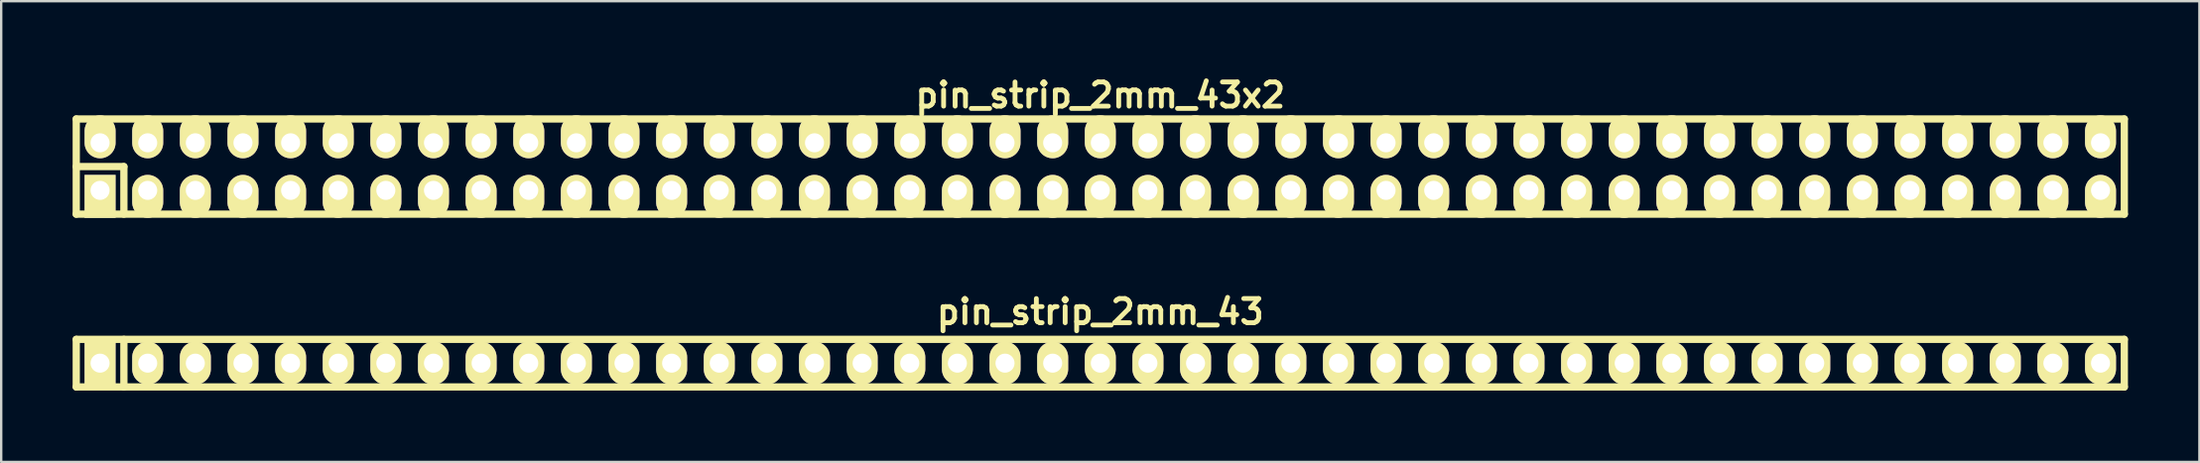
<source format=kicad_pcb>
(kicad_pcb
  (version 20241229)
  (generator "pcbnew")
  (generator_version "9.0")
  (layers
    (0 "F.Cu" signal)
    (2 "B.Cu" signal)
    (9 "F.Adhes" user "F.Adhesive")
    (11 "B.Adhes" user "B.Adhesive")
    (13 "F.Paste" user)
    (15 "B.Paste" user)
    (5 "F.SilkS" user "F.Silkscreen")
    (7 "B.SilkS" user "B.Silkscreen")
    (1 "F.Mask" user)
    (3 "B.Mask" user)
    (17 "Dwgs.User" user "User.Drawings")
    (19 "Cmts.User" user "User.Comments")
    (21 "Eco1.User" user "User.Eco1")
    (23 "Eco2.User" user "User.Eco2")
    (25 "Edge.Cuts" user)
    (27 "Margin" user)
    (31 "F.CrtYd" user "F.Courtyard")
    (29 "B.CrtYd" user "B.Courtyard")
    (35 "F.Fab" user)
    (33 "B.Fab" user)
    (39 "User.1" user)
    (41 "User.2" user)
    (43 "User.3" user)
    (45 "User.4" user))
  (footprint "pin_strip_2mm_43"
    (layer "F.Cu")
    (at 43.152 12.213)
    (property "Reference" "pin_strip_2mm_43" (at 0 -2.159 0) (layer "F.SilkS") (effects (font (size 1.016 1.016) (thickness 0.203))))
    (attr through_hole)
    (fp_line (start -43 -1) (end 43 -1) (stroke (width 0.305) (type solid)) (layer "F.SilkS"))
    (fp_line (start -43 1) (end -43 -1) (stroke (width 0.305) (type solid)) (layer "F.SilkS"))
    (fp_line (start -41 -1) (end -41 1) (stroke (width 0.305) (type solid)) (layer "F.SilkS"))
    (fp_line (start 43 -1) (end 43 1) (stroke (width 0.305) (type solid)) (layer "F.SilkS"))
    (fp_line (start 43 1) (end -43 1) (stroke (width 0.305) (type solid)) (layer "F.SilkS"))
    (pad "1" thru_hole rect (at -42 0) (size 1.3 1.8) (drill 0.8) (layers "*.Cu" "*.Mask" "F.SilkS"))
    (pad "2" thru_hole oval (at -40 0) (size 1.3 1.8) (drill 0.8) (layers "*.Cu" "*.Mask" "F.SilkS"))
    (pad "3" thru_hole oval (at -38 0) (size 1.3 1.8) (drill 0.8) (layers "*.Cu" "*.Mask" "F.SilkS"))
    (pad "4" thru_hole oval (at -36 0) (size 1.3 1.8) (drill 0.8) (layers "*.Cu" "*.Mask" "F.SilkS"))
    (pad "5" thru_hole oval (at -34 0) (size 1.3 1.8) (drill 0.8) (layers "*.Cu" "*.Mask" "F.SilkS"))
    (pad "6" thru_hole oval (at -32 0) (size 1.3 1.8) (drill 0.8) (layers "*.Cu" "*.Mask" "F.SilkS"))
    (pad "7" thru_hole oval (at -30 0) (size 1.3 1.8) (drill 0.8) (layers "*.Cu" "*.Mask" "F.SilkS"))
    (pad "8" thru_hole oval (at -28 0) (size 1.3 1.8) (drill 0.8) (layers "*.Cu" "*.Mask" "F.SilkS"))
    (pad "9" thru_hole oval (at -26 0) (size 1.3 1.8) (drill 0.8) (layers "*.Cu" "*.Mask" "F.SilkS"))
    (pad "10" thru_hole oval (at -24 0) (size 1.3 1.8) (drill 0.8) (layers "*.Cu" "*.Mask" "F.SilkS"))
    (pad "11" thru_hole oval (at -22 0) (size 1.3 1.8) (drill 0.8) (layers "*.Cu" "*.Mask" "F.SilkS"))
    (pad "12" thru_hole oval (at -20 0) (size 1.3 1.8) (drill 0.8) (layers "*.Cu" "*.Mask" "F.SilkS"))
    (pad "13" thru_hole oval (at -18 0) (size 1.3 1.8) (drill 0.8) (layers "*.Cu" "*.Mask" "F.SilkS"))
    (pad "14" thru_hole oval (at -16 0) (size 1.3 1.8) (drill 0.8) (layers "*.Cu" "*.Mask" "F.SilkS"))
    (pad "15" thru_hole oval (at -14 0) (size 1.3 1.8) (drill 0.8) (layers "*.Cu" "*.Mask" "F.SilkS"))
    (pad "16" thru_hole oval (at -12 0) (size 1.3 1.8) (drill 0.8) (layers "*.Cu" "*.Mask" "F.SilkS"))
    (pad "17" thru_hole oval (at -10 0) (size 1.3 1.8) (drill 0.8) (layers "*.Cu" "*.Mask" "F.SilkS"))
    (pad "18" thru_hole oval (at -8 0) (size 1.3 1.8) (drill 0.8) (layers "*.Cu" "*.Mask" "F.SilkS"))
    (pad "19" thru_hole oval (at -6 0) (size 1.3 1.8) (drill 0.8) (layers "*.Cu" "*.Mask" "F.SilkS"))
    (pad "20" thru_hole oval (at -4 0) (size 1.3 1.8) (drill 0.8) (layers "*.Cu" "*.Mask" "F.SilkS"))
    (pad "21" thru_hole oval (at -2 0) (size 1.3 1.8) (drill 0.8) (layers "*.Cu" "*.Mask" "F.SilkS"))
    (pad "22" thru_hole oval (at 0 0) (size 1.3 1.8) (drill 0.8) (layers "*.Cu" "*.Mask" "F.SilkS"))
    (pad "23" thru_hole oval (at 2 0) (size 1.3 1.8) (drill 0.8) (layers "*.Cu" "*.Mask" "F.SilkS"))
    (pad "24" thru_hole oval (at 4 0) (size 1.3 1.8) (drill 0.8) (layers "*.Cu" "*.Mask" "F.SilkS"))
    (pad "25" thru_hole oval (at 6 0) (size 1.3 1.8) (drill 0.8) (layers "*.Cu" "*.Mask" "F.SilkS"))
    (pad "26" thru_hole oval (at 8 0) (size 1.3 1.8) (drill 0.8) (layers "*.Cu" "*.Mask" "F.SilkS"))
    (pad "27" thru_hole oval (at 10 0) (size 1.3 1.8) (drill 0.8) (layers "*.Cu" "*.Mask" "F.SilkS"))
    (pad "28" thru_hole oval (at 12 0) (size 1.3 1.8) (drill 0.8) (layers "*.Cu" "*.Mask" "F.SilkS"))
    (pad "29" thru_hole oval (at 14 0) (size 1.3 1.8) (drill 0.8) (layers "*.Cu" "*.Mask" "F.SilkS"))
    (pad "30" thru_hole oval (at 16 0) (size 1.3 1.8) (drill 0.8) (layers "*.Cu" "*.Mask" "F.SilkS"))
    (pad "31" thru_hole oval (at 18 0) (size 1.3 1.8) (drill 0.8) (layers "*.Cu" "*.Mask" "F.SilkS"))
    (pad "32" thru_hole oval (at 20 0) (size 1.3 1.8) (drill 0.8) (layers "*.Cu" "*.Mask" "F.SilkS"))
    (pad "33" thru_hole oval (at 22 0) (size 1.3 1.8) (drill 0.8) (layers "*.Cu" "*.Mask" "F.SilkS"))
    (pad "34" thru_hole oval (at 24 0) (size 1.3 1.8) (drill 0.8) (layers "*.Cu" "*.Mask" "F.SilkS"))
    (pad "35" thru_hole oval (at 26 0) (size 1.3 1.8) (drill 0.8) (layers "*.Cu" "*.Mask" "F.SilkS"))
    (pad "36" thru_hole oval (at 28 0) (size 1.3 1.8) (drill 0.8) (layers "*.Cu" "*.Mask" "F.SilkS"))
    (pad "37" thru_hole oval (at 30 0) (size 1.3 1.8) (drill 0.8) (layers "*.Cu" "*.Mask" "F.SilkS"))
    (pad "38" thru_hole oval (at 32 0) (size 1.3 1.8) (drill 0.8) (layers "*.Cu" "*.Mask" "F.SilkS"))
    (pad "39" thru_hole oval (at 34 0) (size 1.3 1.8) (drill 0.8) (layers "*.Cu" "*.Mask" "F.SilkS"))
    (pad "40" thru_hole oval (at 36 0) (size 1.3 1.8) (drill 0.8) (layers "*.Cu" "*.Mask" "F.SilkS"))
    (pad "41" thru_hole oval (at 38 0) (size 1.3 1.8) (drill 0.8) (layers "*.Cu" "*.Mask" "F.SilkS"))
    (pad "42" thru_hole oval (at 40 0) (size 1.3 1.8) (drill 0.8) (layers "*.Cu" "*.Mask" "F.SilkS"))
    (pad "43" thru_hole oval (at 42 0) (size 1.3 1.8) (drill 0.8) (layers "*.Cu" "*.Mask" "F.SilkS")))
  (footprint "pin_strip_2mm_43x2"
    (layer "F.Cu")
    (at 43.152 3.951)
    (property "Reference" "pin_strip_2mm_43x2" (at 0 -3 0) (layer "F.SilkS") (effects (font (size 1.016 1.016) (thickness 0.203))))
    (attr through_hole)
    (fp_line (start -43 -2) (end 43 -2) (stroke (width 0.305) (type solid)) (layer "F.SilkS"))
    (fp_line (start -43 0) (end -41 0) (stroke (width 0.305) (type solid)) (layer "F.SilkS"))
    (fp_line (start -43 2) (end -43 -2) (stroke (width 0.305) (type solid)) (layer "F.SilkS"))
    (fp_line (start -41 0) (end -41 2) (stroke (width 0.305) (type solid)) (layer "F.SilkS"))
    (fp_line (start 43 -2) (end 43 2) (stroke (width 0.305) (type solid)) (layer "F.SilkS"))
    (fp_line (start 43 2) (end -43 2) (stroke (width 0.305) (type solid)) (layer "F.SilkS"))
    (pad "1" thru_hole rect (at -42 1) (size 1.3 1.8) (drill 0.8 (offset 0 0.25)) (layers "*.Cu" "*.Mask" "F.SilkS"))
    (pad "2" thru_hole oval (at -42 -1) (size 1.3 1.8) (drill 0.8 (offset 0 -0.25)) (layers "*.Cu" "*.Mask" "F.SilkS"))
    (pad "3" thru_hole oval (at -40 1) (size 1.3 1.8) (drill 0.8 (offset 0 0.25)) (layers "*.Cu" "*.Mask" "F.SilkS"))
    (pad "4" thru_hole oval (at -40 -1) (size 1.3 1.8) (drill 0.8 (offset 0 -0.25)) (layers "*.Cu" "*.Mask" "F.SilkS"))
    (pad "5" thru_hole oval (at -38 1) (size 1.3 1.8) (drill 0.8 (offset 0 0.25)) (layers "*.Cu" "*.Mask" "F.SilkS"))
    (pad "6" thru_hole oval (at -38 -1) (size 1.3 1.8) (drill 0.8 (offset 0 -0.25)) (layers "*.Cu" "*.Mask" "F.SilkS"))
    (pad "7" thru_hole oval (at -36 1) (size 1.3 1.8) (drill 0.8 (offset 0 0.25)) (layers "*.Cu" "*.Mask" "F.SilkS"))
    (pad "8" thru_hole oval (at -36 -1) (size 1.3 1.8) (drill 0.8 (offset 0 -0.25)) (layers "*.Cu" "*.Mask" "F.SilkS"))
    (pad "9" thru_hole oval (at -34 1) (size 1.3 1.8) (drill 0.8 (offset 0 0.25)) (layers "*.Cu" "*.Mask" "F.SilkS"))
    (pad "10" thru_hole oval (at -34 -1) (size 1.3 1.8) (drill 0.8 (offset 0 -0.25)) (layers "*.Cu" "*.Mask" "F.SilkS"))
    (pad "11" thru_hole oval (at -32 1) (size 1.3 1.8) (drill 0.8 (offset 0 0.25)) (layers "*.Cu" "*.Mask" "F.SilkS"))
    (pad "12" thru_hole oval (at -32 -1) (size 1.3 1.8) (drill 0.8 (offset 0 -0.25)) (layers "*.Cu" "*.Mask" "F.SilkS"))
    (pad "13" thru_hole oval (at -30 1) (size 1.3 1.8) (drill 0.8 (offset 0 0.25)) (layers "*.Cu" "*.Mask" "F.SilkS"))
    (pad "14" thru_hole oval (at -30 -1) (size 1.3 1.8) (drill 0.8 (offset 0 -0.25)) (layers "*.Cu" "*.Mask" "F.SilkS"))
    (pad "15" thru_hole oval (at -28 1) (size 1.3 1.8) (drill 0.8 (offset 0 0.25)) (layers "*.Cu" "*.Mask" "F.SilkS"))
    (pad "16" thru_hole oval (at -28 -1) (size 1.3 1.8) (drill 0.8 (offset 0 -0.25)) (layers "*.Cu" "*.Mask" "F.SilkS"))
    (pad "17" thru_hole oval (at -26 1) (size 1.3 1.8) (drill 0.8 (offset 0 0.25)) (layers "*.Cu" "*.Mask" "F.SilkS"))
    (pad "18" thru_hole oval (at -26 -1) (size 1.3 1.8) (drill 0.8 (offset 0 -0.25)) (layers "*.Cu" "*.Mask" "F.SilkS"))
    (pad "19" thru_hole oval (at -24 1) (size 1.3 1.8) (drill 0.8 (offset 0 0.25)) (layers "*.Cu" "*.Mask" "F.SilkS"))
    (pad "20" thru_hole oval (at -24 -1) (size 1.3 1.8) (drill 0.8 (offset 0 -0.25)) (layers "*.Cu" "*.Mask" "F.SilkS"))
    (pad "21" thru_hole oval (at -22 1) (size 1.3 1.8) (drill 0.8 (offset 0 0.25)) (layers "*.Cu" "*.Mask" "F.SilkS"))
    (pad "22" thru_hole oval (at -22 -1) (size 1.3 1.8) (drill 0.8 (offset 0 -0.25)) (layers "*.Cu" "*.Mask" "F.SilkS"))
    (pad "23" thru_hole oval (at -20 1) (size 1.3 1.8) (drill 0.8 (offset 0 0.25)) (layers "*.Cu" "*.Mask" "F.SilkS"))
    (pad "24" thru_hole oval (at -20 -1) (size 1.3 1.8) (drill 0.8 (offset 0 -0.25)) (layers "*.Cu" "*.Mask" "F.SilkS"))
    (pad "25" thru_hole oval (at -18 1) (size 1.3 1.8) (drill 0.8 (offset 0 0.25)) (layers "*.Cu" "*.Mask" "F.SilkS"))
    (pad "26" thru_hole oval (at -18 -1) (size 1.3 1.8) (drill 0.8 (offset 0 -0.25)) (layers "*.Cu" "*.Mask" "F.SilkS"))
    (pad "27" thru_hole oval (at -16 1) (size 1.3 1.8) (drill 0.8 (offset 0 0.25)) (layers "*.Cu" "*.Mask" "F.SilkS"))
    (pad "28" thru_hole oval (at -16 -1) (size 1.3 1.8) (drill 0.8 (offset 0 -0.25)) (layers "*.Cu" "*.Mask" "F.SilkS"))
    (pad "29" thru_hole oval (at -14 1) (size 1.3 1.8) (drill 0.8 (offset 0 0.25)) (layers "*.Cu" "*.Mask" "F.SilkS"))
    (pad "30" thru_hole oval (at -14 -1) (size 1.3 1.8) (drill 0.8 (offset 0 -0.25)) (layers "*.Cu" "*.Mask" "F.SilkS"))
    (pad "31" thru_hole oval (at -12 1) (size 1.3 1.8) (drill 0.8 (offset 0 0.25)) (layers "*.Cu" "*.Mask" "F.SilkS"))
    (pad "32" thru_hole oval (at -12 -1) (size 1.3 1.8) (drill 0.8 (offset 0 -0.25)) (layers "*.Cu" "*.Mask" "F.SilkS"))
    (pad "33" thru_hole oval (at -10 1) (size 1.3 1.8) (drill 0.8 (offset 0 0.25)) (layers "*.Cu" "*.Mask" "F.SilkS"))
    (pad "34" thru_hole oval (at -10 -1) (size 1.3 1.8) (drill 0.8 (offset 0 -0.25)) (layers "*.Cu" "*.Mask" "F.SilkS"))
    (pad "35" thru_hole oval (at -8 1) (size 1.3 1.8) (drill 0.8 (offset 0 0.25)) (layers "*.Cu" "*.Mask" "F.SilkS"))
    (pad "36" thru_hole oval (at -8 -1) (size 1.3 1.8) (drill 0.8 (offset 0 -0.25)) (layers "*.Cu" "*.Mask" "F.SilkS"))
    (pad "37" thru_hole oval (at -6 1) (size 1.3 1.8) (drill 0.8 (offset 0 0.25)) (layers "*.Cu" "*.Mask" "F.SilkS"))
    (pad "38" thru_hole oval (at -6 -1) (size 1.3 1.8) (drill 0.8 (offset 0 -0.25)) (layers "*.Cu" "*.Mask" "F.SilkS"))
    (pad "39" thru_hole oval (at -4 1) (size 1.3 1.8) (drill 0.8 (offset 0 0.25)) (layers "*.Cu" "*.Mask" "F.SilkS"))
    (pad "40" thru_hole oval (at -4 -1) (size 1.3 1.8) (drill 0.8 (offset 0 -0.25)) (layers "*.Cu" "*.Mask" "F.SilkS"))
    (pad "41" thru_hole oval (at -2 1) (size 1.3 1.8) (drill 0.8 (offset 0 0.25)) (layers "*.Cu" "*.Mask" "F.SilkS"))
    (pad "42" thru_hole oval (at -2 -1) (size 1.3 1.8) (drill 0.8 (offset 0 -0.25)) (layers "*.Cu" "*.Mask" "F.SilkS"))
    (pad "43" thru_hole oval (at 0 1) (size 1.3 1.8) (drill 0.8 (offset 0 0.25)) (layers "*.Cu" "*.Mask" "F.SilkS"))
    (pad "44" thru_hole oval (at 0 -1) (size 1.3 1.8) (drill 0.8 (offset 0 -0.25)) (layers "*.Cu" "*.Mask" "F.SilkS"))
    (pad "45" thru_hole oval (at 2 1) (size 1.3 1.8) (drill 0.8 (offset 0 0.25)) (layers "*.Cu" "*.Mask" "F.SilkS"))
    (pad "46" thru_hole oval (at 2 -1) (size 1.3 1.8) (drill 0.8 (offset 0 -0.25)) (layers "*.Cu" "*.Mask" "F.SilkS"))
    (pad "47" thru_hole oval (at 4 1) (size 1.3 1.8) (drill 0.8 (offset 0 0.25)) (layers "*.Cu" "*.Mask" "F.SilkS"))
    (pad "48" thru_hole oval (at 4 -1) (size 1.3 1.8) (drill 0.8 (offset 0 -0.25)) (layers "*.Cu" "*.Mask" "F.SilkS"))
    (pad "49" thru_hole oval (at 6 1) (size 1.3 1.8) (drill 0.8 (offset 0 0.25)) (layers "*.Cu" "*.Mask" "F.SilkS"))
    (pad "50" thru_hole oval (at 6 -1) (size 1.3 1.8) (drill 0.8 (offset 0 -0.25)) (layers "*.Cu" "*.Mask" "F.SilkS"))
    (pad "51" thru_hole oval (at 8 1) (size 1.3 1.8) (drill 0.8 (offset 0 0.25)) (layers "*.Cu" "*.Mask" "F.SilkS"))
    (pad "52" thru_hole oval (at 8 -1) (size 1.3 1.8) (drill 0.8 (offset 0 -0.25)) (layers "*.Cu" "*.Mask" "F.SilkS"))
    (pad "53" thru_hole oval (at 10 1) (size 1.3 1.8) (drill 0.8 (offset 0 0.25)) (layers "*.Cu" "*.Mask" "F.SilkS"))
    (pad "54" thru_hole oval (at 10 -1) (size 1.3 1.8) (drill 0.8 (offset 0 -0.25)) (layers "*.Cu" "*.Mask" "F.SilkS"))
    (pad "55" thru_hole oval (at 12 1) (size 1.3 1.8) (drill 0.8 (offset 0 0.25)) (layers "*.Cu" "*.Mask" "F.SilkS"))
    (pad "56" thru_hole oval (at 12 -1) (size 1.3 1.8) (drill 0.8 (offset 0 -0.25)) (layers "*.Cu" "*.Mask" "F.SilkS"))
    (pad "57" thru_hole oval (at 14 1) (size 1.3 1.8) (drill 0.8 (offset 0 0.25)) (layers "*.Cu" "*.Mask" "F.SilkS"))
    (pad "58" thru_hole oval (at 14 -1) (size 1.3 1.8) (drill 0.8 (offset 0 -0.25)) (layers "*.Cu" "*.Mask" "F.SilkS"))
    (pad "59" thru_hole oval (at 16 1) (size 1.3 1.8) (drill 0.8 (offset 0 0.25)) (layers "*.Cu" "*.Mask" "F.SilkS"))
    (pad "60" thru_hole oval (at 16 -1) (size 1.3 1.8) (drill 0.8 (offset 0 -0.25)) (layers "*.Cu" "*.Mask" "F.SilkS"))
    (pad "61" thru_hole oval (at 18 1) (size 1.3 1.8) (drill 0.8 (offset 0 0.25)) (layers "*.Cu" "*.Mask" "F.SilkS"))
    (pad "62" thru_hole oval (at 18 -1) (size 1.3 1.8) (drill 0.8 (offset 0 -0.25)) (layers "*.Cu" "*.Mask" "F.SilkS"))
    (pad "63" thru_hole oval (at 20 1) (size 1.3 1.8) (drill 0.8 (offset 0 0.25)) (layers "*.Cu" "*.Mask" "F.SilkS"))
    (pad "64" thru_hole oval (at 20 -1) (size 1.3 1.8) (drill 0.8 (offset 0 -0.25)) (layers "*.Cu" "*.Mask" "F.SilkS"))
    (pad "65" thru_hole oval (at 22 1) (size 1.3 1.8) (drill 0.8 (offset 0 0.25)) (layers "*.Cu" "*.Mask" "F.SilkS"))
    (pad "66" thru_hole oval (at 22 -1) (size 1.3 1.8) (drill 0.8 (offset 0 -0.25)) (layers "*.Cu" "*.Mask" "F.SilkS"))
    (pad "67" thru_hole oval (at 24 1) (size 1.3 1.8) (drill 0.8 (offset 0 0.25)) (layers "*.Cu" "*.Mask" "F.SilkS"))
    (pad "68" thru_hole oval (at 24 -1) (size 1.3 1.8) (drill 0.8 (offset 0 -0.25)) (layers "*.Cu" "*.Mask" "F.SilkS"))
    (pad "69" thru_hole oval (at 26 1) (size 1.3 1.8) (drill 0.8 (offset 0 0.25)) (layers "*.Cu" "*.Mask" "F.SilkS"))
    (pad "70" thru_hole oval (at 26 -1) (size 1.3 1.8) (drill 0.8 (offset 0 -0.25)) (layers "*.Cu" "*.Mask" "F.SilkS"))
    (pad "71" thru_hole oval (at 28 1) (size 1.3 1.8) (drill 0.8 (offset 0 0.25)) (layers "*.Cu" "*.Mask" "F.SilkS"))
    (pad "72" thru_hole oval (at 28 -1) (size 1.3 1.8) (drill 0.8 (offset 0 -0.25)) (layers "*.Cu" "*.Mask" "F.SilkS"))
    (pad "73" thru_hole oval (at 30 1) (size 1.3 1.8) (drill 0.8 (offset 0 0.25)) (layers "*.Cu" "*.Mask" "F.SilkS"))
    (pad "74" thru_hole oval (at 30 -1) (size 1.3 1.8) (drill 0.8 (offset 0 -0.25)) (layers "*.Cu" "*.Mask" "F.SilkS"))
    (pad "75" thru_hole oval (at 32 1) (size 1.3 1.8) (drill 0.8 (offset 0 0.25)) (layers "*.Cu" "*.Mask" "F.SilkS"))
    (pad "76" thru_hole oval (at 32 -1) (size 1.3 1.8) (drill 0.8 (offset 0 -0.25)) (layers "*.Cu" "*.Mask" "F.SilkS"))
    (pad "77" thru_hole oval (at 34 1) (size 1.3 1.8) (drill 0.8 (offset 0 0.25)) (layers "*.Cu" "*.Mask" "F.SilkS"))
    (pad "78" thru_hole oval (at 34 -1) (size 1.3 1.8) (drill 0.8 (offset 0 -0.25)) (layers "*.Cu" "*.Mask" "F.SilkS"))
    (pad "79" thru_hole oval (at 36 1) (size 1.3 1.8) (drill 0.8 (offset 0 0.25)) (layers "*.Cu" "*.Mask" "F.SilkS"))
    (pad "80" thru_hole oval (at 36 -1) (size 1.3 1.8) (drill 0.8 (offset 0 -0.25)) (layers "*.Cu" "*.Mask" "F.SilkS"))
    (pad "81" thru_hole oval (at 38 1) (size 1.3 1.8) (drill 0.8 (offset 0 0.25)) (layers "*.Cu" "*.Mask" "F.SilkS"))
    (pad "82" thru_hole oval (at 38 -1) (size 1.3 1.8) (drill 0.8 (offset 0 -0.25)) (layers "*.Cu" "*.Mask" "F.SilkS"))
    (pad "83" thru_hole oval (at 40 1) (size 1.3 1.8) (drill 0.8 (offset 0 0.25)) (layers "*.Cu" "*.Mask" "F.SilkS"))
    (pad "84" thru_hole oval (at 40 -1) (size 1.3 1.8) (drill 0.8 (offset 0 -0.25)) (layers "*.Cu" "*.Mask" "F.SilkS"))
    (pad "85" thru_hole oval (at 42 1) (size 1.3 1.8) (drill 0.8 (offset 0 0.25)) (layers "*.Cu" "*.Mask" "F.SilkS"))
    (pad "86" thru_hole oval (at 42 -1) (size 1.3 1.8) (drill 0.8 (offset 0 -0.25)) (layers "*.Cu" "*.Mask" "F.SilkS")))
  (gr_rect
    (start -3 -3)
    (end 89.305 16.366)
    (stroke (width 0.1) (type default))
    (fill no)
    (layer "Edge.Cuts")))
</source>
